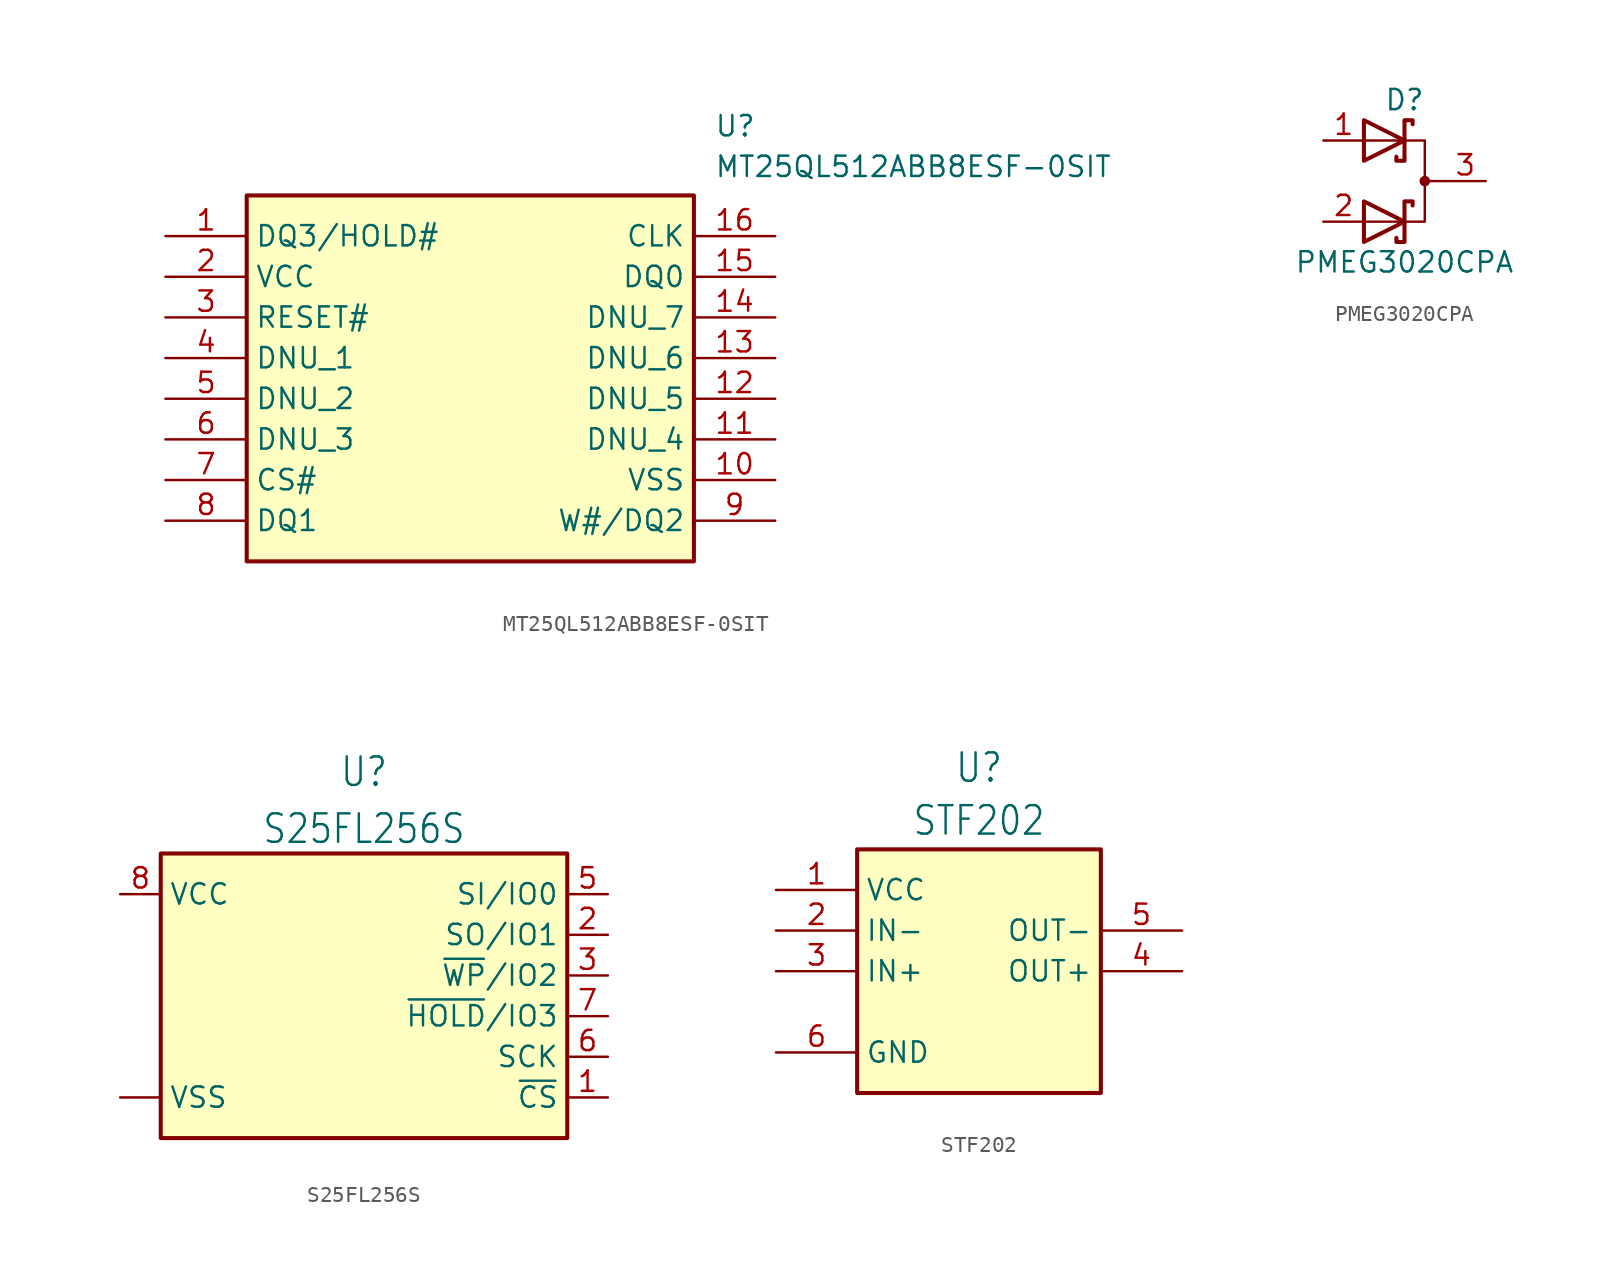
<source format=kicad_sym>
(kicad_symbol_lib
  (version 20231120)
  (generator "kicad_symbol_editor")
  (generator_version "8.0")
  (symbol "MT25QL512ABB8ESF-0SIT"
    (property "Reference" "U"
      (at 34.29 7.62 0)
      (effects (font (size 1.27 1.27)) (justify left top)))
    (property "Value" "MT25QL512ABB8ESF-0SIT"
      (at 34.29 5.08 0)
      (effects (font (size 1.27 1.27)) (justify left top)))
    (symbol "MT25QL512ABB8ESF-0SIT_1_1"
      (rectangle (start 5.08 2.54) (end 33.02 -20.32) (stroke (width 0.254) (type default)) (fill (type background)))
      (pin passive line (at 0 0 0) (length 5.08) (name "DQ3/HOLD#" (effects (font (size 1.27 1.27)))) (number "1" (effects (font (size 1.27 1.27)))))
      (pin passive line (at 38.1 -15.24 180) (length 5.08) (name "VSS" (effects (font (size 1.27 1.27)))) (number "10" (effects (font (size 1.27 1.27)))))
      (pin passive line (at 38.1 -12.7 180) (length 5.08) (name "DNU_4" (effects (font (size 1.27 1.27)))) (number "11" (effects (font (size 1.27 1.27)))))
      (pin passive line (at 38.1 -10.16 180) (length 5.08) (name "DNU_5" (effects (font (size 1.27 1.27)))) (number "12" (effects (font (size 1.27 1.27)))))
      (pin passive line (at 38.1 -7.62 180) (length 5.08) (name "DNU_6" (effects (font (size 1.27 1.27)))) (number "13" (effects (font (size 1.27 1.27)))))
      (pin passive line (at 38.1 -5.08 180) (length 5.08) (name "DNU_7" (effects (font (size 1.27 1.27)))) (number "14" (effects (font (size 1.27 1.27)))))
      (pin passive line (at 38.1 -2.54 180) (length 5.08) (name "DQ0" (effects (font (size 1.27 1.27)))) (number "15" (effects (font (size 1.27 1.27)))))
      (pin passive line (at 38.1 0 180) (length 5.08) (name "CLK" (effects (font (size 1.27 1.27)))) (number "16" (effects (font (size 1.27 1.27)))))
      (pin passive line (at 0 -2.54 0) (length 5.08) (name "VCC" (effects (font (size 1.27 1.27)))) (number "2" (effects (font (size 1.27 1.27)))))
      (pin passive line (at 0 -5.08 0) (length 5.08) (name "RESET#" (effects (font (size 1.27 1.27)))) (number "3" (effects (font (size 1.27 1.27)))))
      (pin passive line (at 0 -7.62 0) (length 5.08) (name "DNU_1" (effects (font (size 1.27 1.27)))) (number "4" (effects (font (size 1.27 1.27)))))
      (pin passive line (at 0 -10.16 0) (length 5.08) (name "DNU_2" (effects (font (size 1.27 1.27)))) (number "5" (effects (font (size 1.27 1.27)))))
      (pin passive line (at 0 -12.7 0) (length 5.08) (name "DNU_3" (effects (font (size 1.27 1.27)))) (number "6" (effects (font (size 1.27 1.27)))))
      (pin passive line (at 0 -15.24 0) (length 5.08) (name "CS#" (effects (font (size 1.27 1.27)))) (number "7" (effects (font (size 1.27 1.27)))))
      (pin passive line (at 0 -17.78 0) (length 5.08) (name "DQ1" (effects (font (size 1.27 1.27)))) (number "8" (effects (font (size 1.27 1.27)))))
      (pin passive line (at 38.1 -17.78 180) (length 5.08) (name "W#/DQ2" (effects (font (size 1.27 1.27)))) (number "9" (effects (font (size 1.27 1.27)))))))
  (symbol "PMEG3020CPA"
    (pin_names
      (offset 0.762) hide)
    (property "Reference" "D"
      (at 0 5.08 0)
      (effects (font (size 1.27 1.27))))
    (property "Value" "PMEG3020CPA"
      (at 0 -5.08 0)
      (effects (font (size 1.27 1.27))))
    (symbol "PMEG3020CPA_0_1"
      (polyline (pts (xy 1.27 0) (xy 2.54 0)) (stroke (width 0) (type default)) (fill (type none)))
      (polyline (pts (xy -2.54 -2.54) (xy 1.27 -2.54) (xy 1.27 2.54) (xy -2.54 2.54)) (stroke (width 0) (type default)) (fill (type none)))
      (polyline (pts (xy -2.54 -1.27) (xy 0 -2.54) (xy -2.54 -3.81) (xy -2.54 -1.27) (xy -2.54 -1.27) (xy -2.54 -1.27)) (stroke (width 0.254) (type default)) (fill (type none)))
      (polyline (pts (xy -2.54 3.81) (xy 0 2.54) (xy -2.54 1.27) (xy -2.54 3.81) (xy -2.54 3.81) (xy -2.54 3.81)) (stroke (width 0.254) (type default)) (fill (type none)))
      (polyline (pts (xy 0.508 -1.524) (xy 0.508 -1.27) (xy 0 -1.27) (xy 0 -3.81) (xy -0.508 -3.81) (xy -0.508 -3.556)) (stroke (width 0.254) (type default)) (fill (type none)))
      (polyline (pts (xy 0.508 3.556) (xy 0.508 3.81) (xy 0 3.81) (xy 0 1.27) (xy -0.508 1.27) (xy -0.508 1.524)) (stroke (width 0.254) (type default)) (fill (type none)))
      (circle (center 1.27 0) (radius 0.254) (stroke (width 0) (type default)) (fill (type outline))))
    (symbol "PMEG3020CPA_1_1"
      (pin passive line (at -5.08 2.54 0) (length 2.54) (name "K" (effects (font (size 1.27 1.27)))) (number "1" (effects (font (size 1.27 1.27)))))
      (pin passive line (at -5.08 -2.54 0) (length 2.54) (name "K" (effects (font (size 1.27 1.27)))) (number "2" (effects (font (size 1.27 1.27)))))
      (pin passive line (at 5.08 0 180) (length 2.54) (name "A" (effects (font (size 1.27 1.27)))) (number "3" (effects (font (size 1.27 1.27)))))))
  (symbol "S25FL256S"
    (property "Reference" "U"
      (at 0 14.224 0)
      (effects (font (size 1.778 1.511)) (justify bottom)))
    (property "Value" "S25FL256S"
      (at 0 10.668 0)
      (effects (font (size 1.778 1.511)) (justify bottom)))
    (symbol "S25FL256S_1_0"
      (pin bidirectional line (at 15.24 -5.08 180) (length 2.54) (name "~{CS}" (effects (font (size 1.27 1.27)))) (number "1" (effects (font (size 1.27 1.27)))))
      (pin bidirectional line (at 15.24 5.08 180) (length 2.54) (name "SO/IO1" (effects (font (size 1.27 1.27)))) (number "2" (effects (font (size 1.27 1.27)))))
      (pin bidirectional line (at 15.24 2.54 180) (length 2.54) (name "~{WP}/IO2" (effects (font (size 1.27 1.27)))) (number "3" (effects (font (size 1.27 1.27)))))
      (pin passive line (at -15.24 -5.08 0) (length 2.54) (name "VSS" (effects (font (size 1.27 1.27)))) (number "4" (effects (font (size 0 0)))))
      (pin bidirectional line (at 15.24 7.62 180) (length 2.54) (name "SI/IO0" (effects (font (size 1.27 1.27)))) (number "5" (effects (font (size 1.27 1.27)))))
      (pin bidirectional line (at 15.24 -2.54 180) (length 2.54) (name "SCK" (effects (font (size 1.27 1.27)))) (number "6" (effects (font (size 1.27 1.27)))))
      (pin bidirectional line (at 15.24 0 180) (length 2.54) (name "~{HOLD}/IO3" (effects (font (size 1.27 1.27)))) (number "7" (effects (font (size 1.27 1.27)))))
      (pin power_in line (at -15.24 7.62 0) (length 2.54) (name "VCC" (effects (font (size 1.27 1.27)))) (number "8" (effects (font (size 1.27 1.27)))))
      (pin passive line (at -15.24 -5.08 0) (length 2.54) hide (name "VSS" (effects (font (size 1.27 1.27)))) (number "9" (effects (font (size 0 0))))))
    (symbol "S25FL256S_1_1"
      (rectangle (start -12.7 10.16) (end 12.7 -7.62) (stroke (width 0.254) (type default)) (fill (type background)))))
  (symbol "STF202"
    (property "Reference" "U"
      (at 0 11.684 0)
      (effects (font (size 1.778 1.511)) (justify bottom)))
    (property "Value" "STF202"
      (at 0 8.382 0)
      (effects (font (size 1.778 1.511)) (justify bottom)))
    (symbol "STF202_1_0"
      (rectangle (start -7.62 7.62) (end 7.62 -7.62) (stroke (width 0.254) (type default)) (fill (type background)))
      (pin power_in line (at -12.7 5.08 0) (length 5.08) (name "VCC" (effects (font (size 1.27 1.27)))) (number "1" (effects (font (size 1.27 1.27)))))
      (pin bidirectional line (at -12.7 2.54 0) (length 5.08) (name "IN-" (effects (font (size 1.27 1.27)))) (number "2" (effects (font (size 1.27 1.27)))))
      (pin bidirectional line (at -12.7 0 0) (length 5.08) (name "IN+" (effects (font (size 1.27 1.27)))) (number "3" (effects (font (size 1.27 1.27)))))
      (pin bidirectional line (at 12.7 0 180) (length 5.08) (name "OUT+" (effects (font (size 1.27 1.27)))) (number "4" (effects (font (size 1.27 1.27)))))
      (pin bidirectional line (at 12.7 2.54 180) (length 5.08) (name "OUT-" (effects (font (size 1.27 1.27)))) (number "5" (effects (font (size 1.27 1.27)))))
      (pin passive line (at -12.7 -5.08 0) (length 5.08) (name "GND" (effects (font (size 1.27 1.27)))) (number "6" (effects (font (size 1.27 1.27))))))))
</source>
